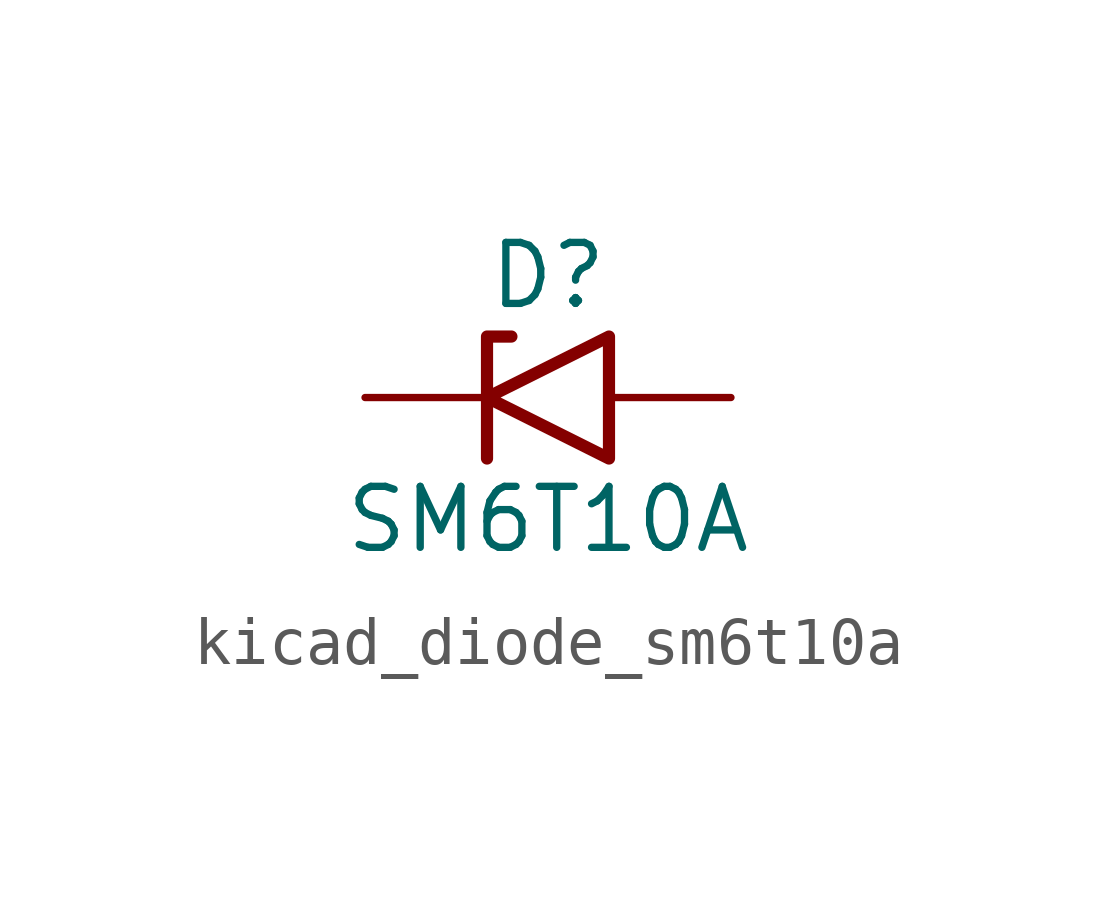
<source format=kicad_sym>
(kicad_symbol_lib
  (version 20220914)
  (generator kicad_symbol_editor)
  (symbol "kicad_diode_sm6t10a"
    (pin_numbers hide)
    (pin_names
      (offset 1.016) hide)
    (property "Reference" "D"
      (at 0 2.54 0)
      (effects (font (size 1.27 1.27))))
    (property "Value" "SM6T10A"
      (at 0 -2.54 0)
      (effects (font (size 1.27 1.27))))
    (symbol "kicad_diode_sm6t10a_0_1"
      (polyline (pts (xy -0.762 1.27) (xy -1.27 1.27) (xy -1.27 -1.27)) (stroke (width 0.254) (type default)) (fill (type none)))
      (polyline (pts (xy 1.27 1.27) (xy 1.27 -1.27) (xy -1.27 0) (xy 1.27 1.27)) (stroke (width 0.254) (type default)) (fill (type none))))
    (symbol "kicad_diode_sm6t10a_1_1"
      (pin passive line (at -3.81 0 0) (length 2.54) (name "A1" (effects (font (size 1.27 1.27)))) (number "1" (effects (font (size 1.27 1.27)))))
      (pin passive line (at 3.81 0 180) (length 2.54) (name "A2" (effects (font (size 1.27 1.27)))) (number "2" (effects (font (size 1.27 1.27))))))))
</source>
